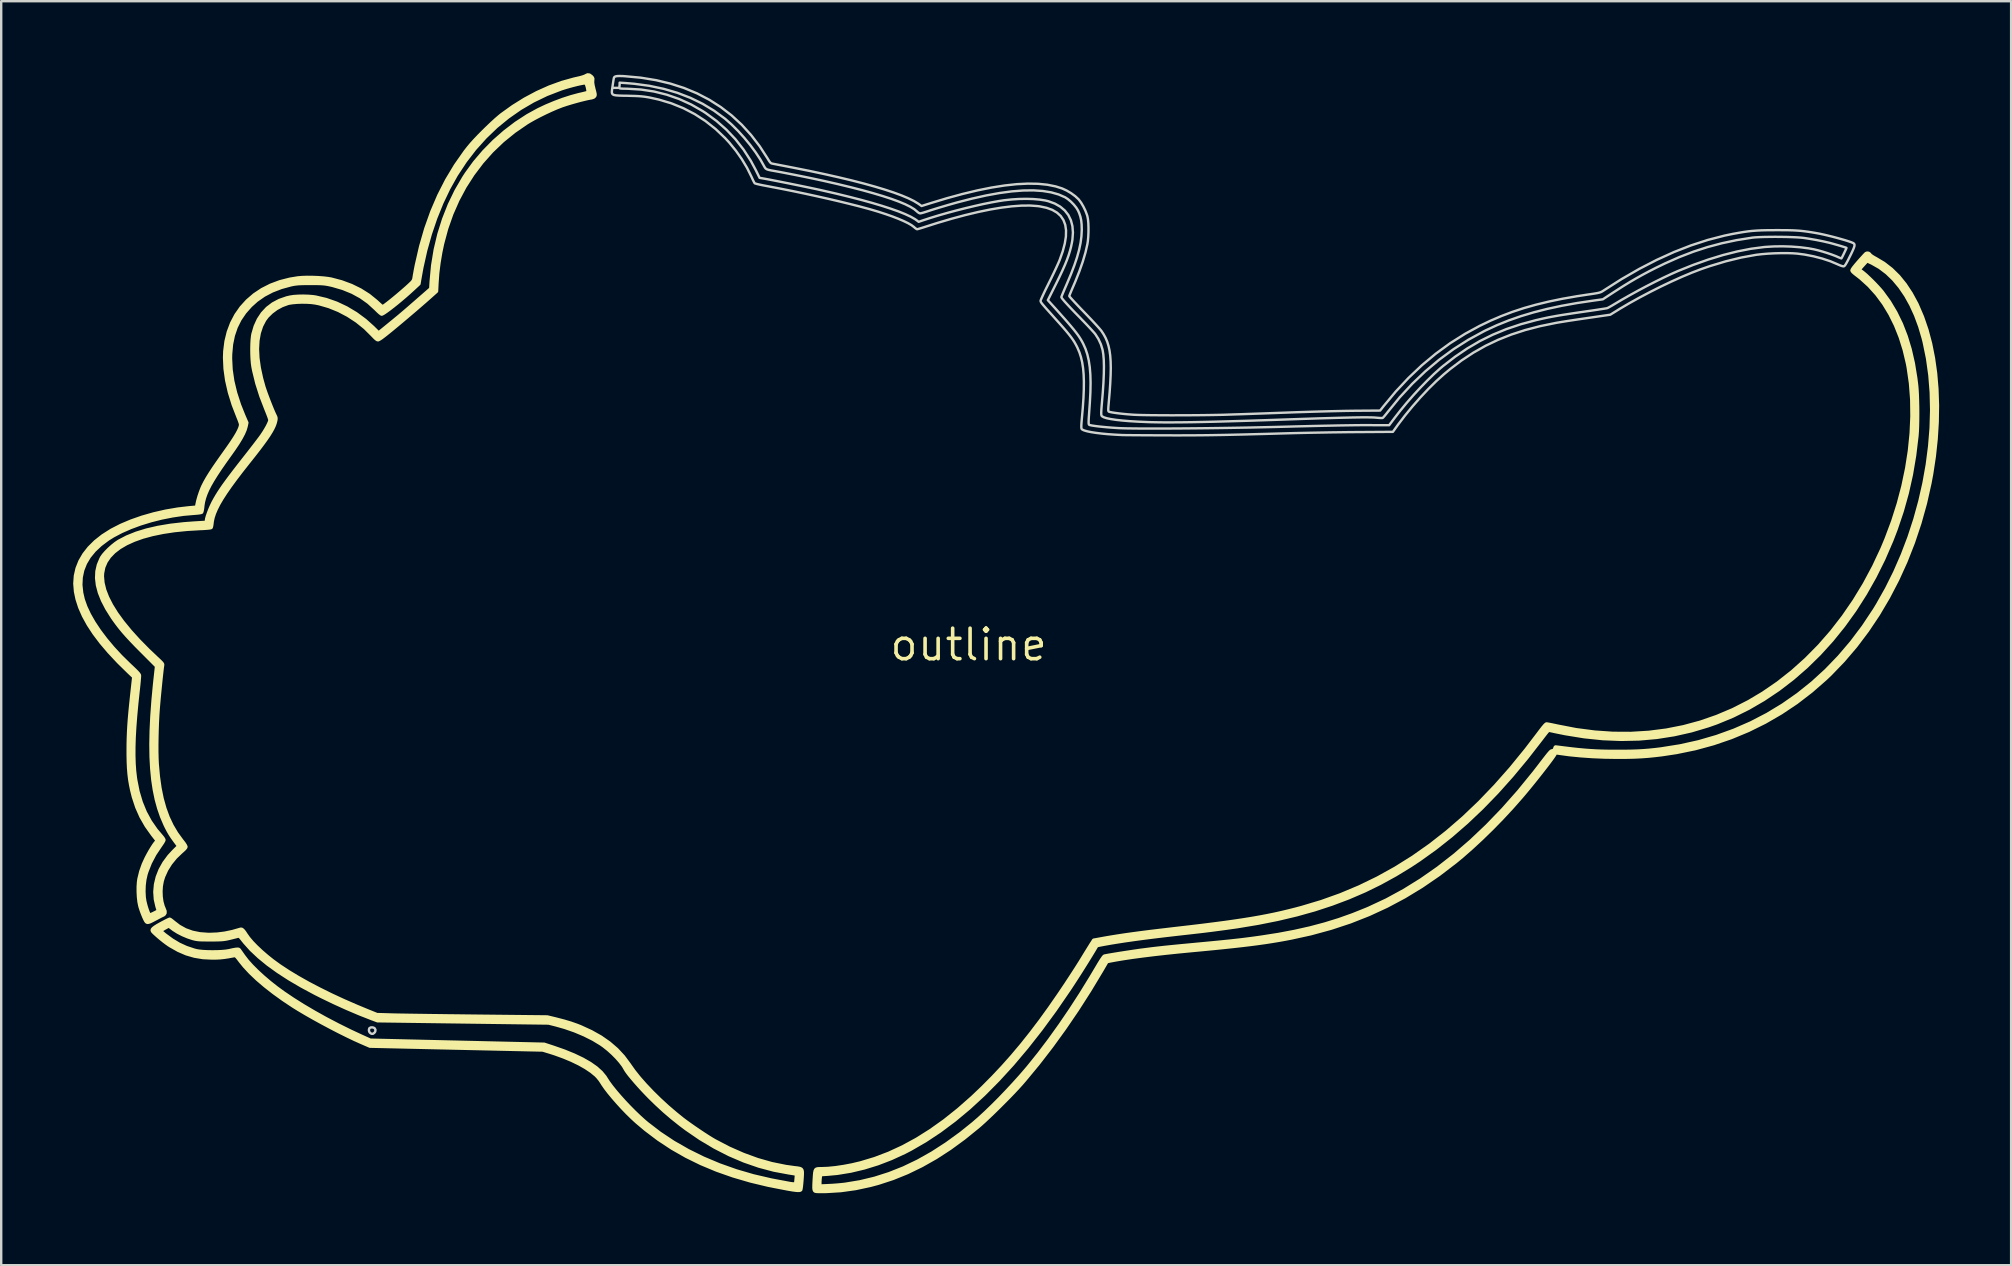
<source format=kicad_pcb>
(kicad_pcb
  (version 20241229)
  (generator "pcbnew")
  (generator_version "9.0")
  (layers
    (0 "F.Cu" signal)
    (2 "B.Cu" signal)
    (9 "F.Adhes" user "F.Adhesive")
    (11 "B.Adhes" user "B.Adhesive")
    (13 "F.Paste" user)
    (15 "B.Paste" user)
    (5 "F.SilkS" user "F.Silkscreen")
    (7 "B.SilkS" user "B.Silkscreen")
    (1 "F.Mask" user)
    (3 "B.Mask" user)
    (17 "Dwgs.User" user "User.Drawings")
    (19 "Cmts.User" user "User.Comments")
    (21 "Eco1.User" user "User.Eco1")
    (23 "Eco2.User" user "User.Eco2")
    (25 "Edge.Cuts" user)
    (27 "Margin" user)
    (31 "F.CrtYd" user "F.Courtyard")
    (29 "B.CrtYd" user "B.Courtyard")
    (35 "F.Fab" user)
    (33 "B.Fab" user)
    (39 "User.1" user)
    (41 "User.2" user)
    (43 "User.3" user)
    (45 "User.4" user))
  (footprint "outline"
    (layer "F.Cu")
    (at 37.315 23.818)
    (property "Reference" "outline" (at 0 0 0) (layer "F.SilkS") (effects (font (size 1.27 1.27) (thickness 0.15))))
    (attr through_hole)
    (fp_poly (pts (xy -6.91 22.036) (xy -6.916 22.17) (xy -6.926 22.316) (xy -6.938 22.452) (xy -6.95 22.57) (xy -6.963 22.661) (xy -6.975 22.716) (xy -6.98 22.727) (xy -7.01 22.747) (xy -7.052 22.758) (xy -7.114 22.76) (xy -7.199 22.754) (xy -7.199 22.113) (xy -7.201 22.081) (xy -7.201 22.08) (xy -7.229 22.073) (xy -7.296 22.06) (xy -7.393 22.045) (xy -7.489 22.03) (xy -8.118 21.913) (xy -8.746 21.746) (xy -9.369 21.53) (xy -9.987 21.266) (xy -10.597 20.954) (xy -11.197 20.596) (xy -11.785 20.193) (xy -12.029 20.009) (xy -12.376 19.732) (xy -12.704 19.452) (xy -13.027 19.154) (xy -13.31 18.878) (xy -13.459 18.725) (xy -13.611 18.564) (xy -13.761 18.4) (xy -13.903 18.239) (xy -14.033 18.087) (xy -14.146 17.95) (xy -14.235 17.834) (xy -14.297 17.744) (xy -14.319 17.707) (xy -14.405 17.56) (xy -14.528 17.397) (xy -14.678 17.225) (xy -14.849 17.052) (xy -15.032 16.887) (xy -15.219 16.738) (xy -15.332 16.658) (xy -15.66 16.459) (xy -16.027 16.275) (xy -16.424 16.108) (xy -16.839 15.964) (xy -17.2 15.862) (xy -17.505 15.785) (xy -21.072 15.738) (xy -24.639 15.69) (xy -24.878 15.601) (xy -25.388 15.401) (xy -25.922 15.174) (xy -26.464 14.928) (xy -27.002 14.668) (xy -27.243 14.546) (xy -27.809 14.242) (xy -28.328 13.938) (xy -28.798 13.633) (xy -29.219 13.329) (xy -29.591 13.024) (xy -29.914 12.721) (xy -30.186 12.418) (xy -30.281 12.298) (xy -30.344 12.219) (xy -30.388 12.176) (xy -30.424 12.162) (xy -30.445 12.165) (xy -30.49 12.177) (xy -30.573 12.198) (xy -30.68 12.225) (xy -30.777 12.249) (xy -30.877 12.272) (xy -30.964 12.289) (xy -31.049 12.301) (xy -31.143 12.309) (xy -31.255 12.314) (xy -31.397 12.317) (xy -31.579 12.318) (xy -31.591 12.318) (xy -31.776 12.317) (xy -31.919 12.316) (xy -32.03 12.312) (xy -32.119 12.305) (xy -32.195 12.294) (xy -32.268 12.279) (xy -32.341 12.26) (xy -32.547 12.192) (xy -32.761 12.102) (xy -32.964 11.998) (xy -33.138 11.889) (xy -33.173 11.863) (xy -33.332 11.743) (xy -33.485 11.827) (xy -33.561 11.871) (xy -33.616 11.906) (xy -33.638 11.926) (xy -33.638 11.926) (xy -33.619 11.948) (xy -33.57 11.992) (xy -33.5 12.051) (xy -33.479 12.069) (xy -33.184 12.286) (xy -32.893 12.461) (xy -32.593 12.599) (xy -32.274 12.705) (xy -32.189 12.728) (xy -32.067 12.75) (xy -31.907 12.766) (xy -31.722 12.775) (xy -31.522 12.779) (xy -31.321 12.776) (xy -31.13 12.768) (xy -30.963 12.753) (xy -30.83 12.732) (xy -30.816 12.729) (xy -30.657 12.693) (xy -30.541 12.673) (xy -30.46 12.667) (xy -30.41 12.675) (xy -30.387 12.691) (xy -30.361 12.725) (xy -30.313 12.791) (xy -30.252 12.878) (xy -30.199 12.954) (xy -30.05 13.148) (xy -29.861 13.36) (xy -29.638 13.584) (xy -29.388 13.814) (xy -29.116 14.046) (xy -28.827 14.274) (xy -28.54 14.484) (xy -28.152 14.746) (xy -27.724 15.016) (xy -27.263 15.288) (xy -26.778 15.558) (xy -26.277 15.821) (xy -25.769 16.073) (xy -25.302 16.291) (xy -24.93 16.459) (xy -21.307 16.544) (xy -17.683 16.628) (xy -17.302 16.753) (xy -16.842 16.914) (xy -16.433 17.081) (xy -16.073 17.253) (xy -15.764 17.43) (xy -15.504 17.613) (xy -15.295 17.801) (xy -15.136 17.994) (xy -15.09 18.068) (xy -14.992 18.219) (xy -14.861 18.397) (xy -14.703 18.594) (xy -14.523 18.804) (xy -14.327 19.022) (xy -14.121 19.24) (xy -13.911 19.452) (xy -13.702 19.652) (xy -13.501 19.834) (xy -13.386 19.931) (xy -12.856 20.338) (xy -12.287 20.716) (xy -11.682 21.062) (xy -11.044 21.377) (xy -10.377 21.658) (xy -9.683 21.904) (xy -8.967 22.113) (xy -8.231 22.284) (xy -7.958 22.336) (xy -7.818 22.362) (xy -7.687 22.386) (xy -7.578 22.407) (xy -7.503 22.421) (xy -7.488 22.424) (xy -7.399 22.439) (xy -7.316 22.448) (xy -7.307 22.448) (xy -7.227 22.451) (xy -7.21 22.27) (xy -7.202 22.18) (xy -7.199 22.113) (xy -7.199 22.754) (xy -7.204 22.753) (xy -7.327 22.737) (xy -7.492 22.71) (xy -7.526 22.704) (xy -8.33 22.549) (xy -9.094 22.366) (xy -9.819 22.154) (xy -10.508 21.912) (xy -11.162 21.639) (xy -11.783 21.334) (xy -12.375 20.996) (xy -12.939 20.624) (xy -13.477 20.217) (xy -13.854 19.899) (xy -14.046 19.722) (xy -14.246 19.526) (xy -14.447 19.317) (xy -14.643 19.102) (xy -14.829 18.889) (xy -14.998 18.685) (xy -15.144 18.496) (xy -15.26 18.329) (xy -15.306 18.255) (xy -15.378 18.147) (xy -15.469 18.035) (xy -15.542 17.958) (xy -15.734 17.799) (xy -15.971 17.64) (xy -16.247 17.484) (xy -16.558 17.334) (xy -16.898 17.192) (xy -17.261 17.061) (xy -17.456 16.999) (xy -17.748 16.91) (xy -21.351 16.83) (xy -24.955 16.749) (xy -25.311 16.595) (xy -25.599 16.466) (xy -25.918 16.313) (xy -26.26 16.143) (xy -26.613 15.96) (xy -26.969 15.77) (xy -27.316 15.579) (xy -27.644 15.392) (xy -27.945 15.213) (xy -28.159 15.08) (xy -28.578 14.801) (xy -28.971 14.518) (xy -29.333 14.235) (xy -29.662 13.954) (xy -29.952 13.678) (xy -30.2 13.411) (xy -30.372 13.198) (xy -30.448 13.097) (xy -30.502 13.031) (xy -30.541 12.993) (xy -30.572 12.976) (xy -30.604 12.975) (xy -30.624 12.979) (xy -30.842 13.02) (xy -31.029 13.048) (xy -31.204 13.066) (xy -31.383 13.074) (xy -31.528 13.075) (xy -31.91 13.056) (xy -32.268 12.997) (xy -32.611 12.897) (xy -32.947 12.752) (xy -33.284 12.561) (xy -33.35 12.518) (xy -33.444 12.452) (xy -33.554 12.369) (xy -33.669 12.277) (xy -33.782 12.182) (xy -33.883 12.093) (xy -33.965 12.017) (xy -34.018 11.96) (xy -34.028 11.946) (xy -34.044 11.902) (xy -34.035 11.857) (xy -33.994 11.808) (xy -33.92 11.75) (xy -33.807 11.679) (xy -33.663 11.599) (xy -33.543 11.535) (xy -33.437 11.48) (xy -33.354 11.44) (xy -33.303 11.419) (xy -33.293 11.416) (xy -33.257 11.432) (xy -33.198 11.474) (xy -33.127 11.532) (xy -33.126 11.534) (xy -32.886 11.718) (xy -32.627 11.861) (xy -32.344 11.963) (xy -32.035 12.026) (xy -31.695 12.051) (xy -31.628 12.052) (xy -31.314 12.039) (xy -31.003 12) (xy -30.682 11.933) (xy -30.34 11.835) (xy -30.288 11.837) (xy -30.231 11.876) (xy -30.164 11.956) (xy -30.099 12.055) (xy -29.992 12.207) (xy -29.846 12.38) (xy -29.666 12.566) (xy -29.457 12.763) (xy -29.224 12.964) (xy -29.001 13.143) (xy -28.693 13.367) (xy -28.339 13.6) (xy -27.944 13.839) (xy -27.513 14.082) (xy -27.049 14.325) (xy -26.557 14.569) (xy -26.04 14.809) (xy -25.504 15.043) (xy -25.019 15.244) (xy -24.65 15.392) (xy -24.027 15.41) (xy -23.918 15.413) (xy -23.762 15.416) (xy -23.563 15.419) (xy -23.326 15.423) (xy -23.055 15.427) (xy -22.754 15.431) (xy -22.426 15.436) (xy -22.077 15.44) (xy -21.71 15.445) (xy -21.33 15.449) (xy -20.94 15.454) (xy -20.544 15.458) (xy -20.48 15.459) (xy -17.556 15.49) (xy -17.2 15.576) (xy -16.868 15.662) (xy -16.573 15.75) (xy -16.304 15.845) (xy -16.16 15.902) (xy -15.718 16.105) (xy -15.319 16.329) (xy -14.964 16.576) (xy -14.648 16.848) (xy -14.37 17.147) (xy -14.127 17.474) (xy -14.118 17.488) (xy -13.932 17.75) (xy -13.708 18.031) (xy -13.449 18.325) (xy -13.163 18.626) (xy -12.854 18.93) (xy -12.528 19.23) (xy -12.189 19.52) (xy -11.912 19.744) (xy -11.773 19.849) (xy -11.605 19.97) (xy -11.418 20.101) (xy -11.221 20.235) (xy -11.026 20.365) (xy -10.842 20.484) (xy -10.679 20.585) (xy -10.564 20.652) (xy -9.976 20.959) (xy -9.384 21.22) (xy -8.792 21.436) (xy -8.202 21.604) (xy -7.618 21.723) (xy -7.25 21.774) (xy -7.127 21.788) (xy -7.036 21.805) (xy -6.973 21.831) (xy -6.934 21.873) (xy -6.914 21.939) (xy -6.91 22.036)) (stroke (width 0.1) (type solid)) (fill yes) (layer "F.SilkS"))
    (fp_poly (pts (xy 40.394 -9.978) (xy 40.383 -9.281) (xy 40.339 -8.57) (xy 40.262 -7.846) (xy 40.151 -7.114) (xy 40.113 -6.913) (xy 40.113 -9.779) (xy 40.096 -10.513) (xy 40.039 -11.231) (xy 39.942 -11.929) (xy 39.804 -12.602) (xy 39.764 -12.761) (xy 39.618 -13.258) (xy 39.446 -13.723) (xy 39.25 -14.152) (xy 39.031 -14.544) (xy 38.79 -14.898) (xy 38.529 -15.211) (xy 38.25 -15.48) (xy 37.952 -15.706) (xy 37.638 -15.884) (xy 37.613 -15.896) (xy 37.445 -15.975) (xy 37.297 -15.812) (xy 37.23 -15.738) (xy 37.179 -15.678) (xy 37.151 -15.642) (xy 37.148 -15.637) (xy 37.166 -15.616) (xy 37.214 -15.579) (xy 37.242 -15.56) (xy 37.315 -15.503) (xy 37.415 -15.417) (xy 37.531 -15.308) (xy 37.658 -15.185) (xy 37.785 -15.056) (xy 37.905 -14.929) (xy 38.01 -14.812) (xy 38.086 -14.722) (xy 38.388 -14.306) (xy 38.655 -13.858) (xy 38.889 -13.378) (xy 39.088 -12.865) (xy 39.255 -12.316) (xy 39.389 -11.73) (xy 39.49 -11.107) (xy 39.527 -10.806) (xy 39.542 -10.627) (xy 39.554 -10.409) (xy 39.562 -10.163) (xy 39.568 -9.9) (xy 39.57 -9.632) (xy 39.568 -9.368) (xy 39.563 -9.121) (xy 39.554 -8.902) (xy 39.541 -8.721) (xy 39.54 -8.708) (xy 39.441 -7.882) (xy 39.307 -7.087) (xy 39.134 -6.314) (xy 38.922 -5.556) (xy 38.669 -4.806) (xy 38.488 -4.335) (xy 38.154 -3.563) (xy 37.785 -2.821) (xy 37.383 -2.109) (xy 36.95 -1.43) (xy 36.486 -0.785) (xy 35.994 -0.175) (xy 35.474 0.398) (xy 34.928 0.933) (xy 34.357 1.429) (xy 33.763 1.885) (xy 33.146 2.298) (xy 32.509 2.668) (xy 31.853 2.993) (xy 31.178 3.272) (xy 30.828 3.395) (xy 30.122 3.606) (xy 29.406 3.767) (xy 28.68 3.881) (xy 27.942 3.946) (xy 27.192 3.963) (xy 26.429 3.932) (xy 25.652 3.852) (xy 24.86 3.724) (xy 24.435 3.638) (xy 24.33 3.615) (xy 24.244 3.597) (xy 24.188 3.587) (xy 24.175 3.585) (xy 24.154 3.604) (xy 24.108 3.658) (xy 24.043 3.74) (xy 23.963 3.843) (xy 23.884 3.947) (xy 23.271 4.736) (xy 22.656 5.476) (xy 22.036 6.169) (xy 21.409 6.815) (xy 20.774 7.418) (xy 20.129 7.978) (xy 19.472 8.498) (xy 18.801 8.979) (xy 18.422 9.23) (xy 17.802 9.608) (xy 17.169 9.956) (xy 16.518 10.275) (xy 15.847 10.564) (xy 15.152 10.826) (xy 14.43 11.063) (xy 13.676 11.274) (xy 12.888 11.461) (xy 12.062 11.626) (xy 11.194 11.77) (xy 10.717 11.837) (xy 10.5 11.866) (xy 10.311 11.891) (xy 10.139 11.914) (xy 9.974 11.934) (xy 9.807 11.955) (xy 9.627 11.976) (xy 9.425 11.999) (xy 9.19 12.026) (xy 8.962 12.051) (xy 8.532 12.1) (xy 8.145 12.145) (xy 7.795 12.187) (xy 7.473 12.227) (xy 7.173 12.266) (xy 6.888 12.305) (xy 6.609 12.345) (xy 6.517 12.358) (xy 6.336 12.386) (xy 6.152 12.415) (xy 5.971 12.444) (xy 5.801 12.474) (xy 5.648 12.501) (xy 5.521 12.525) (xy 5.425 12.544) (xy 5.368 12.558) (xy 5.355 12.564) (xy 5.34 12.588) (xy 5.304 12.647) (xy 5.255 12.73) (xy 5.212 12.802) (xy 5.098 12.99) (xy 4.962 13.21) (xy 4.811 13.452) (xy 4.652 13.703) (xy 4.49 13.955) (xy 4.333 14.196) (xy 4.213 14.378) (xy 3.626 15.233) (xy 3.036 16.038) (xy 2.442 16.794) (xy 1.846 17.5) (xy 1.246 18.156) (xy 0.644 18.763) (xy 0.04 19.319) (xy -0.567 19.825) (xy -1.177 20.281) (xy -1.788 20.686) (xy -2.402 21.041) (xy -2.659 21.174) (xy -3.213 21.429) (xy -3.777 21.646) (xy -4.346 21.822) (xy -4.912 21.956) (xy -5.47 22.047) (xy -5.868 22.084) (xy -6.147 22.102) (xy -6.163 22.193) (xy -6.172 22.278) (xy -6.178 22.377) (xy -6.178 22.41) (xy -6.178 22.535) (xy -5.816 22.519) (xy -5.649 22.51) (xy -5.466 22.496) (xy -5.29 22.48) (xy -5.149 22.464) (xy -4.53 22.362) (xy -3.92 22.215) (xy -3.316 22.022) (xy -2.718 21.784) (xy -2.122 21.498) (xy -1.529 21.164) (xy -0.936 20.781) (xy -0.342 20.35) (xy 0.165 19.943) (xy 0.413 19.728) (xy 0.685 19.478) (xy 0.972 19.201) (xy 1.27 18.903) (xy 1.57 18.59) (xy 1.866 18.271) (xy 2.153 17.952) (xy 2.422 17.639) (xy 2.491 17.556) (xy 2.918 17.025) (xy 3.352 16.451) (xy 3.79 15.84) (xy 4.228 15.198) (xy 4.66 14.531) (xy 5.082 13.846) (xy 5.314 13.456) (xy 5.421 13.275) (xy 5.507 13.137) (xy 5.573 13.039) (xy 5.621 12.979) (xy 5.652 12.954) (xy 5.654 12.954) (xy 5.723 12.94) (xy 5.834 12.92) (xy 5.979 12.895) (xy 6.149 12.867) (xy 6.336 12.837) (xy 6.532 12.807) (xy 6.728 12.777) (xy 6.916 12.749) (xy 7.088 12.724) (xy 7.234 12.704) (xy 7.247 12.703) (xy 7.439 12.678) (xy 7.62 12.655) (xy 7.797 12.634) (xy 7.976 12.614) (xy 8.166 12.593) (xy 8.373 12.572) (xy 8.605 12.549) (xy 8.868 12.523) (xy 9.169 12.495) (xy 9.42 12.471) (xy 9.793 12.436) (xy 10.121 12.405) (xy 10.411 12.377) (xy 10.667 12.351) (xy 10.896 12.328) (xy 11.103 12.305) (xy 11.294 12.284) (xy 11.476 12.262) (xy 11.654 12.239) (xy 11.833 12.216) (xy 12.02 12.19) (xy 12.204 12.164) (xy 12.917 12.052) (xy 13.587 11.925) (xy 14.224 11.782) (xy 14.833 11.62) (xy 15.423 11.438) (xy 16.001 11.232) (xy 16.574 11.002) (xy 16.679 10.957) (xy 17.41 10.615) (xy 18.132 10.222) (xy 18.844 9.78) (xy 19.547 9.289) (xy 20.239 8.749) (xy 20.921 8.16) (xy 21.593 7.522) (xy 22.253 6.837) (xy 22.902 6.104) (xy 23.539 5.323) (xy 23.731 5.076) (xy 23.869 4.895) (xy 23.981 4.75) (xy 24.069 4.637) (xy 24.136 4.553) (xy 24.188 4.492) (xy 24.226 4.45) (xy 24.255 4.424) (xy 24.279 4.41) (xy 24.301 4.402) (xy 24.321 4.398) (xy 24.379 4.376) (xy 24.406 4.326) (xy 24.409 4.309) (xy 24.431 4.253) (xy 24.46 4.238) (xy 24.817 4.283) (xy 25.133 4.321) (xy 25.417 4.352) (xy 25.677 4.376) (xy 25.923 4.394) (xy 26.163 4.408) (xy 26.406 4.417) (xy 26.661 4.422) (xy 26.937 4.424) (xy 27.024 4.424) (xy 27.349 4.423) (xy 27.634 4.418) (xy 27.892 4.409) (xy 28.133 4.395) (xy 28.369 4.376) (xy 28.612 4.351) (xy 28.858 4.321) (xy 29.649 4.195) (xy 30.419 4.024) (xy 31.167 3.806) (xy 31.891 3.544) (xy 32.592 3.238) (xy 33.268 2.887) (xy 33.919 2.493) (xy 34.545 2.055) (xy 35.144 1.575) (xy 35.716 1.053) (xy 36.26 0.489) (xy 36.776 -0.117) (xy 37.263 -0.763) (xy 37.72 -1.45) (xy 37.855 -1.671) (xy 38.234 -2.342) (xy 38.58 -3.037) (xy 38.892 -3.752) (xy 39.171 -4.485) (xy 39.415 -5.232) (xy 39.623 -5.987) (xy 39.796 -6.749) (xy 39.932 -7.513) (xy 40.03 -8.275) (xy 40.091 -9.031) (xy 40.113 -9.779) (xy 40.113 -6.913) (xy 40.081 -6.738) (xy 39.891 -5.891) (xy 39.659 -5.06) (xy 39.388 -4.25) (xy 39.078 -3.461) (xy 38.73 -2.696) (xy 38.346 -1.959) (xy 37.927 -1.25) (xy 37.474 -0.574) (xy 36.99 0.069) (xy 36.474 0.674) (xy 35.929 1.24) (xy 35.728 1.432) (xy 35.134 1.951) (xy 34.515 2.427) (xy 33.87 2.858) (xy 33.2 3.246) (xy 32.506 3.589) (xy 31.789 3.887) (xy 31.05 4.14) (xy 30.29 4.348) (xy 29.508 4.509) (xy 28.896 4.602) (xy 28.596 4.637) (xy 28.318 4.665) (xy 28.046 4.685) (xy 27.769 4.699) (xy 27.472 4.707) (xy 27.142 4.71) (xy 27.027 4.71) (xy 26.509 4.702) (xy 25.996 4.681) (xy 25.499 4.646) (xy 25.029 4.6) (xy 24.597 4.541) (xy 24.56 4.535) (xy 24.491 4.529) (xy 24.462 4.541) (xy 24.459 4.552) (xy 24.444 4.587) (xy 24.399 4.656) (xy 24.329 4.756) (xy 24.237 4.881) (xy 24.126 5.028) (xy 24 5.191) (xy 23.863 5.367) (xy 23.717 5.551) (xy 23.567 5.739) (xy 23.416 5.925) (xy 23.267 6.106) (xy 23.124 6.277) (xy 23.041 6.374) (xy 22.654 6.813) (xy 22.246 7.252) (xy 21.827 7.681) (xy 21.403 8.094) (xy 20.983 8.483) (xy 20.575 8.841) (xy 20.302 9.066) (xy 19.607 9.598) (xy 18.901 10.082) (xy 18.182 10.519) (xy 17.447 10.911) (xy 16.691 11.26) (xy 15.913 11.567) (xy 15.108 11.833) (xy 14.273 12.061) (xy 13.463 12.239) (xy 13.197 12.29) (xy 12.93 12.338) (xy 12.657 12.383) (xy 12.373 12.427) (xy 12.074 12.469) (xy 11.754 12.511) (xy 11.41 12.552) (xy 11.037 12.594) (xy 10.63 12.637) (xy 10.185 12.682) (xy 9.697 12.729) (xy 9.331 12.763) (xy 8.761 12.818) (xy 8.224 12.874) (xy 7.724 12.93) (xy 7.263 12.987) (xy 6.843 13.043) (xy 6.467 13.099) (xy 6.137 13.154) (xy 5.908 13.197) (xy 5.778 13.224) (xy 5.568 13.585) (xy 5.07 14.412) (xy 4.552 15.221) (xy 4.017 16.006) (xy 3.47 16.761) (xy 2.915 17.479) (xy 2.357 18.153) (xy 2.236 18.294) (xy 2.09 18.456) (xy 1.915 18.644) (xy 1.719 18.848) (xy 1.508 19.062) (xy 1.291 19.279) (xy 1.074 19.492) (xy 0.865 19.692) (xy 0.672 19.873) (xy 0.501 20.027) (xy 0.422 20.095) (xy -0.171 20.576) (xy -0.762 21.008) (xy -1.353 21.391) (xy -1.946 21.726) (xy -2.543 22.016) (xy -3.146 22.26) (xy -3.757 22.46) (xy -4.088 22.549) (xy -4.708 22.682) (xy -5.32 22.767) (xy -5.921 22.804) (xy -6.082 22.806) (xy -6.216 22.806) (xy -6.308 22.804) (xy -6.368 22.798) (xy -6.405 22.787) (xy -6.427 22.77) (xy -6.442 22.749) (xy -6.455 22.718) (xy -6.463 22.672) (xy -6.466 22.602) (xy -6.464 22.5) (xy -6.457 22.359) (xy -6.454 22.299) (xy -6.443 22.131) (xy -6.432 22.008) (xy -6.415 21.921) (xy -6.389 21.866) (xy -6.348 21.834) (xy -6.289 21.819) (xy -6.208 21.815) (xy -6.143 21.815) (xy -5.863 21.804) (xy -5.549 21.773) (xy -5.213 21.723) (xy -4.868 21.658) (xy -4.526 21.577) (xy -4.513 21.574) (xy -3.921 21.396) (xy -3.334 21.173) (xy -2.752 20.904) (xy -2.173 20.589) (xy -1.596 20.226) (xy -1.02 19.816) (xy -0.443 19.356) (xy 0.135 18.847) (xy 0.569 18.434) (xy 0.991 18.008) (xy 1.398 17.576) (xy 1.793 17.132) (xy 2.182 16.67) (xy 2.568 16.186) (xy 2.957 15.674) (xy 3.352 15.128) (xy 3.757 14.543) (xy 4.005 14.175) (xy 4.132 13.982) (xy 4.265 13.779) (xy 4.397 13.575) (xy 4.521 13.382) (xy 4.63 13.209) (xy 4.718 13.066) (xy 4.729 13.048) (xy 4.818 12.902) (xy 4.906 12.759) (xy 4.986 12.63) (xy 5.052 12.524) (xy 5.097 12.451) (xy 5.098 12.451) (xy 5.199 12.293) (xy 5.505 12.237) (xy 5.75 12.193) (xy 6.001 12.151) (xy 6.265 12.109) (xy 6.545 12.067) (xy 6.848 12.025) (xy 7.177 11.981) (xy 7.538 11.935) (xy 7.937 11.887) (xy 8.378 11.835) (xy 8.695 11.798) (xy 9.257 11.733) (xy 9.773 11.671) (xy 10.246 11.611) (xy 10.681 11.554) (xy 11.083 11.497) (xy 11.456 11.441) (xy 11.804 11.385) (xy 12.131 11.328) (xy 12.442 11.269) (xy 12.741 11.208) (xy 13.033 11.143) (xy 13.321 11.074) (xy 13.61 11.001) (xy 13.867 10.933) (xy 14.689 10.687) (xy 15.49 10.401) (xy 16.271 10.073) (xy 17.034 9.703) (xy 17.778 9.29) (xy 18.506 8.834) (xy 19.218 8.333) (xy 19.916 7.787) (xy 20.6 7.195) (xy 21.271 6.556) (xy 21.93 5.87) (xy 22.579 5.136) (xy 23.218 4.352) (xy 23.731 3.68) (xy 23.842 3.532) (xy 23.928 3.423) (xy 23.993 3.347) (xy 24.04 3.301) (xy 24.073 3.281) (xy 24.082 3.28) (xy 24.125 3.285) (xy 24.208 3.3) (xy 24.32 3.322) (xy 24.452 3.35) (xy 24.533 3.368) (xy 25.314 3.519) (xy 26.086 3.62) (xy 26.848 3.673) (xy 27.6 3.677) (xy 28.34 3.632) (xy 29.068 3.539) (xy 29.784 3.398) (xy 30.484 3.209) (xy 31.17 2.971) (xy 31.841 2.687) (xy 32.494 2.354) (xy 33.091 1.999) (xy 33.712 1.572) (xy 34.309 1.102) (xy 34.881 0.589) (xy 35.426 0.037) (xy 35.943 -0.554) (xy 36.429 -1.181) (xy 36.885 -1.844) (xy 37.308 -2.539) (xy 37.697 -3.265) (xy 38.051 -4.021) (xy 38.219 -4.424) (xy 38.491 -5.151) (xy 38.724 -5.884) (xy 38.918 -6.62) (xy 39.072 -7.356) (xy 39.186 -8.087) (xy 39.259 -8.809) (xy 39.291 -9.52) (xy 39.282 -10.216) (xy 39.231 -10.893) (xy 39.137 -11.547) (xy 39.104 -11.721) (xy 38.972 -12.279) (xy 38.806 -12.808) (xy 38.608 -13.306) (xy 38.377 -13.771) (xy 38.116 -14.202) (xy 37.825 -14.595) (xy 37.506 -14.949) (xy 37.16 -15.263) (xy 37.023 -15.37) (xy 36.914 -15.454) (xy 36.842 -15.517) (xy 36.803 -15.564) (xy 36.791 -15.6) (xy 36.791 -15.602) (xy 36.809 -15.649) (xy 36.863 -15.729) (xy 36.953 -15.841) (xy 37.066 -15.973) (xy 37.162 -16.081) (xy 37.249 -16.177) (xy 37.319 -16.254) (xy 37.368 -16.304) (xy 37.384 -16.32) (xy 37.444 -16.341) (xy 37.511 -16.331) (xy 37.563 -16.293) (xy 37.574 -16.274) (xy 37.603 -16.243) (xy 37.667 -16.197) (xy 37.756 -16.144) (xy 37.813 -16.113) (xy 38.155 -15.909) (xy 38.474 -15.661) (xy 38.771 -15.369) (xy 39.045 -15.031) (xy 39.298 -14.648) (xy 39.53 -14.22) (xy 39.551 -14.175) (xy 39.768 -13.67) (xy 39.954 -13.128) (xy 40.107 -12.553) (xy 40.227 -11.947) (xy 40.316 -11.314) (xy 40.371 -10.657) (xy 40.394 -9.978)) (stroke (width 0.1) (type solid)) (fill yes) (layer "F.SilkS"))
    (fp_poly (pts (xy -15.546 -22.915) (xy -15.552 -22.88) (xy -15.568 -22.849) (xy -15.569 -22.847) (xy -15.619 -22.802) (xy -15.701 -22.774) (xy -15.731 -22.769) (xy -15.847 -22.748) (xy -15.879 -22.741) (xy -15.879 -23.068) (xy -15.887 -23.134) (xy -15.905 -23.22) (xy -15.905 -23.222) (xy -15.931 -23.315) (xy -15.954 -23.367) (xy -15.98 -23.389) (xy -15.999 -23.391) (xy -16.069 -23.384) (xy -16.177 -23.363) (xy -16.314 -23.332) (xy -16.47 -23.293) (xy -16.635 -23.248) (xy -16.8 -23.2) (xy -16.954 -23.151) (xy -16.992 -23.138) (xy -17.575 -22.913) (xy -18.136 -22.642) (xy -18.674 -22.327) (xy -19.187 -21.969) (xy -19.674 -21.57) (xy -20.132 -21.13) (xy -20.561 -20.652) (xy -20.958 -20.136) (xy -21.323 -19.583) (xy -21.335 -19.565) (xy -21.647 -19.007) (xy -21.933 -18.409) (xy -22.189 -17.777) (xy -22.414 -17.114) (xy -22.608 -16.425) (xy -22.767 -15.715) (xy -22.857 -15.213) (xy -22.887 -15.031) (xy -23.145 -14.792) (xy -23.309 -14.643) (xy -23.479 -14.494) (xy -23.65 -14.349) (xy -23.818 -14.21) (xy -23.976 -14.084) (xy -24.121 -13.972) (xy -24.247 -13.88) (xy -24.35 -13.81) (xy -24.425 -13.767) (xy -24.462 -13.755) (xy -24.496 -13.773) (xy -24.557 -13.82) (xy -24.635 -13.891) (xy -24.723 -13.978) (xy -24.727 -13.982) (xy -25.019 -14.249) (xy -25.341 -14.479) (xy -25.695 -14.672) (xy -26.083 -14.83) (xy -26.507 -14.954) (xy -26.62 -14.98) (xy -26.719 -15) (xy -26.811 -15.015) (xy -26.906 -15.025) (xy -27.014 -15.032) (xy -27.147 -15.035) (xy -27.314 -15.037) (xy -27.434 -15.037) (xy -27.628 -15.036) (xy -27.782 -15.033) (xy -27.905 -15.028) (xy -28.007 -15.019) (xy -28.099 -15.007) (xy -28.189 -14.99) (xy -28.227 -14.982) (xy -28.638 -14.87) (xy -29.012 -14.726) (xy -29.351 -14.548) (xy -29.657 -14.335) (xy -29.903 -14.114) (xy -30.147 -13.839) (xy -30.348 -13.544) (xy -30.506 -13.227) (xy -30.623 -12.884) (xy -30.699 -12.515) (xy -30.735 -12.115) (xy -30.739 -11.928) (xy -30.716 -11.468) (xy -30.647 -10.995) (xy -30.53 -10.507) (xy -30.367 -10.004) (xy -30.192 -9.566) (xy -30.057 -9.254) (xy -30.092 -9.088) (xy -30.133 -8.948) (xy -30.203 -8.785) (xy -30.303 -8.597) (xy -30.434 -8.381) (xy -30.599 -8.135) (xy -30.744 -7.93) (xy -30.973 -7.609) (xy -31.172 -7.322) (xy -31.341 -7.066) (xy -31.484 -6.836) (xy -31.602 -6.63) (xy -31.697 -6.442) (xy -31.771 -6.269) (xy -31.827 -6.107) (xy -31.867 -5.952) (xy -31.892 -5.801) (xy -31.898 -5.738) (xy -31.911 -5.639) (xy -31.928 -5.559) (xy -31.945 -5.511) (xy -31.949 -5.507) (xy -31.99 -5.49) (xy -32.076 -5.475) (xy -32.2 -5.463) (xy -32.269 -5.458) (xy -32.717 -5.419) (xy -33.172 -5.352) (xy -33.626 -5.262) (xy -34.073 -5.149) (xy -34.505 -5.016) (xy -34.914 -4.865) (xy -35.293 -4.699) (xy -35.635 -4.519) (xy -35.85 -4.386) (xy -36.158 -4.155) (xy -36.417 -3.912) (xy -36.627 -3.656) (xy -36.788 -3.386) (xy -36.9 -3.102) (xy -36.963 -2.805) (xy -36.978 -2.493) (xy -36.943 -2.168) (xy -36.879 -1.891) (xy -36.772 -1.59) (xy -36.623 -1.271) (xy -36.432 -0.937) (xy -36.203 -0.593) (xy -35.938 -0.242) (xy -35.641 0.113) (xy -35.313 0.468) (xy -34.956 0.818) (xy -34.892 0.878) (xy -34.756 1.007) (xy -34.656 1.106) (xy -34.587 1.181) (xy -34.548 1.235) (xy -34.533 1.272) (xy -34.533 1.272) (xy -34.533 1.317) (xy -34.539 1.403) (xy -34.549 1.524) (xy -34.563 1.67) (xy -34.58 1.834) (xy -34.589 1.91) (xy -34.648 2.465) (xy -34.695 2.975) (xy -34.731 3.441) (xy -34.755 3.869) (xy -34.767 4.261) (xy -34.768 4.62) (xy -34.758 4.951) (xy -34.737 5.256) (xy -34.704 5.539) (xy -34.691 5.627) (xy -34.596 6.108) (xy -34.463 6.555) (xy -34.294 6.969) (xy -34.086 7.352) (xy -33.839 7.707) (xy -33.632 7.95) (xy -33.571 8.024) (xy -33.528 8.09) (xy -33.511 8.134) (xy -33.511 8.134) (xy -33.525 8.177) (xy -33.564 8.247) (xy -33.622 8.334) (xy -33.66 8.389) (xy -33.895 8.74) (xy -34.084 9.098) (xy -34.231 9.473) (xy -34.263 9.577) (xy -34.311 9.791) (xy -34.34 10.032) (xy -34.348 10.282) (xy -34.336 10.521) (xy -34.312 10.679) (xy -34.283 10.801) (xy -34.249 10.925) (xy -34.212 11.04) (xy -34.176 11.137) (xy -34.145 11.206) (xy -34.121 11.237) (xy -34.117 11.238) (xy -34.084 11.227) (xy -34.02 11.199) (xy -33.942 11.161) (xy -33.866 11.122) (xy -33.811 11.092) (xy -33.791 11.079) (xy -33.791 11.079) (xy -33.798 11.053) (xy -33.816 10.993) (xy -33.841 10.914) (xy -33.91 10.609) (xy -33.931 10.298) (xy -33.904 9.986) (xy -33.83 9.676) (xy -33.711 9.372) (xy -33.547 9.078) (xy -33.339 8.796) (xy -33.148 8.589) (xy -32.947 8.39) (xy -33.084 8.206) (xy -33.2 8.045) (xy -33.294 7.902) (xy -33.377 7.759) (xy -33.461 7.597) (xy -33.507 7.501) (xy -33.648 7.173) (xy -33.769 6.824) (xy -33.871 6.452) (xy -33.953 6.053) (xy -34.017 5.626) (xy -34.061 5.167) (xy -34.088 4.676) (xy -34.095 4.15) (xy -34.084 3.586) (xy -34.055 2.981) (xy -34.008 2.335) (xy -33.943 1.644) (xy -33.915 1.385) (xy -33.862 0.901) (xy -34.47 0.291) (xy -34.707 0.053) (xy -34.91 -0.159) (xy -35.087 -0.35) (xy -35.242 -0.526) (xy -35.381 -0.694) (xy -35.51 -0.861) (xy -35.635 -1.033) (xy -35.703 -1.131) (xy -35.93 -1.491) (xy -36.109 -1.835) (xy -36.24 -2.164) (xy -36.323 -2.478) (xy -36.358 -2.777) (xy -36.345 -3.062) (xy -36.284 -3.333) (xy -36.176 -3.591) (xy -36.143 -3.652) (xy -36.07 -3.756) (xy -35.964 -3.877) (xy -35.837 -4.005) (xy -35.699 -4.129) (xy -35.56 -4.24) (xy -35.432 -4.327) (xy -35.427 -4.33) (xy -35.084 -4.509) (xy -34.696 -4.665) (xy -34.264 -4.798) (xy -33.788 -4.908) (xy -33.266 -4.996) (xy -32.699 -5.06) (xy -32.284 -5.091) (xy -31.782 -5.121) (xy -31.782 -5.182) (xy -31.771 -5.255) (xy -31.742 -5.361) (xy -31.697 -5.491) (xy -31.643 -5.634) (xy -31.581 -5.777) (xy -31.518 -5.91) (xy -31.498 -5.95) (xy -31.425 -6.083) (xy -31.348 -6.215) (xy -31.264 -6.35) (xy -31.17 -6.493) (xy -31.063 -6.649) (xy -30.939 -6.82) (xy -30.796 -7.013) (xy -30.631 -7.23) (xy -30.441 -7.476) (xy -30.222 -7.756) (xy -30.146 -7.853) (xy -30.013 -8.022) (xy -29.884 -8.189) (xy -29.762 -8.346) (xy -29.655 -8.487) (xy -29.566 -8.605) (xy -29.501 -8.693) (xy -29.483 -8.718) (xy -29.396 -8.847) (xy -29.314 -8.981) (xy -29.242 -9.108) (xy -29.186 -9.221) (xy -29.149 -9.31) (xy -29.138 -9.362) (xy -29.147 -9.404) (xy -29.173 -9.482) (xy -29.213 -9.589) (xy -29.262 -9.713) (xy -29.292 -9.787) (xy -29.509 -10.349) (xy -29.681 -10.89) (xy -29.809 -11.413) (xy -29.84 -11.569) (xy -29.862 -11.722) (xy -29.877 -11.907) (xy -29.886 -12.111) (xy -29.888 -12.322) (xy -29.884 -12.527) (xy -29.874 -12.714) (xy -29.857 -12.871) (xy -29.843 -12.949) (xy -29.748 -13.274) (xy -29.616 -13.564) (xy -29.448 -13.819) (xy -29.244 -14.038) (xy -29.005 -14.22) (xy -28.732 -14.365) (xy -28.425 -14.472) (xy -28.284 -14.505) (xy -28.128 -14.529) (xy -27.938 -14.542) (xy -27.731 -14.546) (xy -27.522 -14.54) (xy -27.328 -14.525) (xy -27.205 -14.507) (xy -26.767 -14.404) (xy -26.336 -14.253) (xy -25.918 -14.056) (xy -25.516 -13.816) (xy -25.137 -13.536) (xy -24.813 -13.246) (xy -24.585 -13.022) (xy -24.147 -13.379) (xy -24.004 -13.496) (xy -23.882 -13.597) (xy -23.772 -13.687) (xy -23.67 -13.773) (xy -23.566 -13.861) (xy -23.456 -13.955) (xy -23.331 -14.063) (xy -23.186 -14.19) (xy -23.012 -14.341) (xy -22.906 -14.434) (xy -22.433 -14.847) (xy -22.416 -15.14) (xy -22.354 -15.809) (xy -22.246 -16.468) (xy -22.093 -17.113) (xy -21.896 -17.74) (xy -21.657 -18.346) (xy -21.376 -18.928) (xy -21.054 -19.481) (xy -20.948 -19.644) (xy -20.605 -20.116) (xy -20.221 -20.567) (xy -19.802 -20.993) (xy -19.353 -21.388) (xy -18.882 -21.748) (xy -18.392 -22.067) (xy -17.95 -22.31) (xy -17.619 -22.467) (xy -17.27 -22.613) (xy -16.917 -22.745) (xy -16.574 -22.856) (xy -16.253 -22.943) (xy -16.171 -22.961) (xy -16.059 -22.987) (xy -15.967 -23.01) (xy -15.904 -23.028) (xy -15.883 -23.036) (xy -15.879 -23.068) (xy -15.879 -22.741) (xy -16 -22.713) (xy -16.178 -22.669) (xy -16.369 -22.617) (xy -16.562 -22.562) (xy -16.745 -22.506) (xy -16.906 -22.453) (xy -16.946 -22.439) (xy -17.147 -22.361) (xy -17.376 -22.262) (xy -17.621 -22.148) (xy -17.866 -22.027) (xy -18.1 -21.904) (xy -18.306 -21.787) (xy -18.403 -21.728) (xy -18.92 -21.372) (xy -19.403 -20.98) (xy -19.851 -20.552) (xy -20.262 -20.09) (xy -20.636 -19.596) (xy -20.972 -19.073) (xy -21.267 -18.521) (xy -21.522 -17.941) (xy -21.734 -17.337) (xy -21.903 -16.71) (xy -21.979 -16.349) (xy -22.053 -15.908) (xy -22.105 -15.491) (xy -22.135 -15.08) (xy -22.136 -15.07) (xy -22.153 -14.721) (xy -22.461 -14.446) (xy -22.641 -14.287) (xy -22.852 -14.104) (xy -23.082 -13.905) (xy -23.324 -13.7) (xy -23.566 -13.495) (xy -23.799 -13.3) (xy -24.014 -13.122) (xy -24.167 -12.997) (xy -24.323 -12.873) (xy -24.444 -12.781) (xy -24.533 -12.722) (xy -24.592 -12.692) (xy -24.613 -12.687) (xy -24.654 -12.698) (xy -24.707 -12.734) (xy -24.777 -12.8) (xy -24.864 -12.891) (xy -25.17 -13.195) (xy -25.51 -13.469) (xy -25.877 -13.709) (xy -26.263 -13.912) (xy -26.662 -14.074) (xy -27.067 -14.191) (xy -27.236 -14.225) (xy -27.396 -14.246) (xy -27.582 -14.257) (xy -27.781 -14.26) (xy -27.978 -14.253) (xy -28.158 -14.238) (xy -28.309 -14.216) (xy -28.362 -14.203) (xy -28.6 -14.116) (xy -28.828 -13.993) (xy -29.035 -13.839) (xy -29.212 -13.665) (xy -29.317 -13.525) (xy -29.448 -13.274) (xy -29.542 -12.989) (xy -29.598 -12.673) (xy -29.617 -12.325) (xy -29.598 -11.947) (xy -29.541 -11.54) (xy -29.447 -11.105) (xy -29.35 -10.755) (xy -29.312 -10.641) (xy -29.262 -10.496) (xy -29.201 -10.332) (xy -29.135 -10.159) (xy -29.068 -9.988) (xy -29.004 -9.831) (xy -28.948 -9.698) (xy -28.903 -9.6) (xy -28.897 -9.588) (xy -28.859 -9.507) (xy -28.843 -9.447) (xy -28.846 -9.384) (xy -28.857 -9.323) (xy -28.883 -9.223) (xy -28.922 -9.117) (xy -28.977 -9) (xy -29.049 -8.87) (xy -29.141 -8.722) (xy -29.255 -8.554) (xy -29.394 -8.362) (xy -29.559 -8.142) (xy -29.753 -7.892) (xy -29.979 -7.607) (xy -29.999 -7.582) (xy -30.284 -7.22) (xy -30.535 -6.891) (xy -30.754 -6.592) (xy -30.941 -6.322) (xy -31.099 -6.077) (xy -31.229 -5.855) (xy -31.332 -5.652) (xy -31.411 -5.468) (xy -31.467 -5.297) (xy -31.501 -5.139) (xy -31.511 -5.052) (xy -31.523 -4.966) (xy -31.539 -4.898) (xy -31.551 -4.871) (xy -31.582 -4.857) (xy -31.653 -4.845) (xy -31.767 -4.835) (xy -31.926 -4.825) (xy -32.016 -4.822) (xy -32.57 -4.789) (xy -33.088 -4.737) (xy -33.567 -4.665) (xy -34.008 -4.574) (xy -34.409 -4.465) (xy -34.769 -4.337) (xy -35.088 -4.192) (xy -35.364 -4.031) (xy -35.597 -3.852) (xy -35.785 -3.657) (xy -35.928 -3.447) (xy -36.024 -3.222) (xy -36.072 -2.981) (xy -36.079 -2.854) (xy -36.055 -2.581) (xy -35.984 -2.29) (xy -35.865 -1.983) (xy -35.699 -1.658) (xy -35.487 -1.317) (xy -35.227 -0.96) (xy -34.921 -0.586) (xy -34.569 -0.197) (xy -34.17 0.208) (xy -33.819 0.541) (xy -33.715 0.638) (xy -33.643 0.708) (xy -33.598 0.759) (xy -33.574 0.796) (xy -33.567 0.828) (xy -33.569 0.862) (xy -33.571 0.869) (xy -33.58 0.935) (xy -33.594 1.044) (xy -33.61 1.188) (xy -33.629 1.36) (xy -33.649 1.552) (xy -33.669 1.756) (xy -33.69 1.966) (xy -33.71 2.172) (xy -33.728 2.369) (xy -33.743 2.547) (xy -33.752 2.657) (xy -33.772 2.942) (xy -33.788 3.248) (xy -33.799 3.565) (xy -33.807 3.883) (xy -33.811 4.191) (xy -33.81 4.48) (xy -33.804 4.739) (xy -33.794 4.958) (xy -33.793 4.971) (xy -33.746 5.492) (xy -33.679 5.97) (xy -33.59 6.408) (xy -33.477 6.811) (xy -33.341 7.182) (xy -33.179 7.525) (xy -32.99 7.844) (xy -32.773 8.143) (xy -32.744 8.179) (xy -32.672 8.273) (xy -32.621 8.354) (xy -32.597 8.411) (xy -32.595 8.42) (xy -32.609 8.462) (xy -32.654 8.519) (xy -32.735 8.596) (xy -32.799 8.652) (xy -33.034 8.877) (xy -33.237 9.126) (xy -33.404 9.392) (xy -33.529 9.667) (xy -33.586 9.85) (xy -33.624 10.055) (xy -33.638 10.274) (xy -33.63 10.495) (xy -33.601 10.705) (xy -33.551 10.888) (xy -33.511 10.984) (xy -33.468 11.097) (xy -33.467 11.185) (xy -33.506 11.247) (xy -33.548 11.279) (xy -33.568 11.289) (xy -33.595 11.3) (xy -33.658 11.331) (xy -33.747 11.378) (xy -33.854 11.435) (xy -33.867 11.441) (xy -33.999 11.511) (xy -34.096 11.558) (xy -34.165 11.583) (xy -34.214 11.59) (xy -34.251 11.58) (xy -34.278 11.562) (xy -34.31 11.52) (xy -34.352 11.439) (xy -34.401 11.331) (xy -34.451 11.206) (xy -34.499 11.075) (xy -34.54 10.948) (xy -34.556 10.891) (xy -34.591 10.72) (xy -34.614 10.516) (xy -34.625 10.296) (xy -34.625 10.078) (xy -34.611 9.877) (xy -34.594 9.758) (xy -34.518 9.445) (xy -34.41 9.14) (xy -34.294 8.887) (xy -34.214 8.735) (xy -34.129 8.583) (xy -34.044 8.443) (xy -33.967 8.325) (xy -33.903 8.239) (xy -33.888 8.222) (xy -33.838 8.167) (xy -34.027 7.925) (xy -34.288 7.558) (xy -34.506 7.177) (xy -34.684 6.776) (xy -34.825 6.347) (xy -34.894 6.072) (xy -34.941 5.843) (xy -34.979 5.62) (xy -35.006 5.392) (xy -35.026 5.15) (xy -35.038 4.883) (xy -35.044 4.581) (xy -35.044 4.411) (xy -35.043 4.151) (xy -35.037 3.899) (xy -35.027 3.647) (xy -35.013 3.387) (xy -34.993 3.11) (xy -34.967 2.81) (xy -34.934 2.477) (xy -34.895 2.104) (xy -34.884 2.003) (xy -34.812 1.349) (xy -35.019 1.153) (xy -35.45 0.73) (xy -35.833 0.321) (xy -36.169 -0.074) (xy -36.459 -0.458) (xy -36.703 -0.83) (xy -36.903 -1.194) (xy -37.059 -1.548) (xy -37.171 -1.895) (xy -37.238 -2.216) (xy -37.265 -2.551) (xy -37.242 -2.875) (xy -37.171 -3.188) (xy -37.051 -3.49) (xy -36.884 -3.778) (xy -36.67 -4.052) (xy -36.41 -4.31) (xy -36.105 -4.552) (xy -35.755 -4.775) (xy -35.723 -4.794) (xy -35.335 -4.993) (xy -34.906 -5.174) (xy -34.446 -5.335) (xy -33.961 -5.473) (xy -33.461 -5.587) (xy -32.954 -5.673) (xy -32.526 -5.723) (xy -32.189 -5.754) (xy -32.175 -5.845) (xy -32.141 -6.004) (xy -32.089 -6.189) (xy -32.025 -6.379) (xy -31.956 -6.555) (xy -31.924 -6.625) (xy -31.845 -6.78) (xy -31.748 -6.952) (xy -31.628 -7.146) (xy -31.485 -7.365) (xy -31.314 -7.614) (xy -31.114 -7.897) (xy -31.072 -7.956) (xy -30.885 -8.219) (xy -30.729 -8.445) (xy -30.603 -8.638) (xy -30.505 -8.801) (xy -30.434 -8.936) (xy -30.386 -9.047) (xy -30.362 -9.135) (xy -30.358 -9.181) (xy -30.368 -9.225) (xy -30.394 -9.303) (xy -30.431 -9.402) (xy -30.46 -9.471) (xy -30.665 -10) (xy -30.824 -10.515) (xy -30.938 -11.014) (xy -31.005 -11.497) (xy -31.026 -11.962) (xy -31.017 -12.23) (xy -30.965 -12.647) (xy -30.869 -13.041) (xy -30.73 -13.41) (xy -30.551 -13.752) (xy -30.332 -14.065) (xy -30.075 -14.348) (xy -29.783 -14.6) (xy -29.456 -14.818) (xy -29.096 -15) (xy -28.706 -15.146) (xy -28.286 -15.253) (xy -27.955 -15.307) (xy -27.779 -15.322) (xy -27.569 -15.329) (xy -27.341 -15.327) (xy -27.109 -15.318) (xy -26.887 -15.302) (xy -26.69 -15.279) (xy -26.557 -15.256) (xy -26.123 -15.141) (xy -25.713 -14.989) (xy -25.332 -14.802) (xy -24.983 -14.581) (xy -24.672 -14.329) (xy -24.641 -14.301) (xy -24.558 -14.224) (xy -24.488 -14.162) (xy -24.439 -14.122) (xy -24.421 -14.111) (xy -24.389 -14.127) (xy -24.325 -14.172) (xy -24.234 -14.241) (xy -24.122 -14.329) (xy -23.994 -14.432) (xy -23.858 -14.545) (xy -23.718 -14.663) (xy -23.58 -14.782) (xy -23.45 -14.896) (xy -23.334 -15.001) (xy -23.3 -15.033) (xy -23.222 -15.108) (xy -23.173 -15.165) (xy -23.146 -15.217) (xy -23.131 -15.278) (xy -23.126 -15.312) (xy -23.115 -15.386) (xy -23.095 -15.496) (xy -23.071 -15.629) (xy -23.043 -15.774) (xy -23.032 -15.827) (xy -22.853 -16.606) (xy -22.638 -17.35) (xy -22.385 -18.06) (xy -22.095 -18.735) (xy -21.768 -19.376) (xy -21.403 -19.984) (xy -21.001 -20.557) (xy -20.859 -20.739) (xy -20.745 -20.875) (xy -20.6 -21.036) (xy -20.433 -21.212) (xy -20.252 -21.395) (xy -20.065 -21.578) (xy -19.882 -21.752) (xy -19.709 -21.91) (xy -19.556 -22.041) (xy -19.476 -22.106) (xy -19.001 -22.447) (xy -18.507 -22.755) (xy -17.999 -23.026) (xy -17.483 -23.258) (xy -16.965 -23.447) (xy -16.452 -23.59) (xy -16.31 -23.622) (xy -16.191 -23.65) (xy -16.085 -23.68) (xy -16.005 -23.708) (xy -15.97 -23.727) (xy -15.884 -23.768) (xy -15.798 -23.759) (xy -15.711 -23.699) (xy -15.708 -23.695) (xy -15.659 -23.639) (xy -15.641 -23.589) (xy -15.646 -23.52) (xy -15.647 -23.515) (xy -15.65 -23.434) (xy -15.635 -23.324) (xy -15.601 -23.178) (xy -15.597 -23.16) (xy -15.567 -23.044) (xy -15.55 -22.966) (xy -15.546 -22.915)) (stroke (width 0.1) (type solid)) (fill yes) (layer "F.SilkS"))
    (fp_poly (pts (xy -24.717 16.048) (xy -24.728 16.121) (xy -24.764 16.171) (xy -24.823 16.214) (xy -24.88 16.213) (xy -24.937 16.182) (xy -24.98 16.126) (xy -24.993 16.053) (xy -24.975 15.987) (xy -24.963 15.972) (xy -24.906 15.946) (xy -24.832 15.946) (xy -24.766 15.971) (xy -24.753 15.982) (xy -24.717 16.048)) (stroke (width 0.1) (type solid)) (fill no) (layer "Edge.Cuts"))
    (fp_poly (pts (xy 36.918 -16.661) (xy 36.912 -16.608) (xy 36.888 -16.533) (xy 36.844 -16.429) (xy 36.779 -16.291) (xy 36.73 -16.193) (xy 36.653 -16.039) (xy 36.594 -15.927) (xy 36.582 -15.908) (xy 36.582 -16.539) (xy 36.554 -16.551) (xy 36.486 -16.573) (xy 36.39 -16.603) (xy 36.276 -16.637) (xy 36.154 -16.672) (xy 36.034 -16.706) (xy 35.927 -16.735) (xy 35.863 -16.752) (xy 35.61 -16.81) (xy 35.325 -16.867) (xy 35.026 -16.919) (xy 34.82 -16.951) (xy 34.691 -16.965) (xy 34.521 -16.977) (xy 34.318 -16.986) (xy 34.093 -16.993) (xy 33.854 -16.997) (xy 33.61 -16.999) (xy 33.371 -16.997) (xy 33.146 -16.993) (xy 32.944 -16.986) (xy 32.775 -16.976) (xy 32.647 -16.964) (xy 32.646 -16.963) (xy 32.006 -16.861) (xy 31.393 -16.732) (xy 30.797 -16.573) (xy 30.209 -16.382) (xy 29.619 -16.155) (xy 29.018 -15.889) (xy 28.642 -15.707) (xy 28.35 -15.558) (xy 28.081 -15.415) (xy 27.823 -15.271) (xy 27.563 -15.119) (xy 27.292 -14.953) (xy 26.998 -14.765) (xy 26.849 -14.669) (xy 26.43 -14.395) (xy 26.036 -14.341) (xy 25.351 -14.239) (xy 24.711 -14.124) (xy 24.111 -13.995) (xy 23.546 -13.851) (xy 23.011 -13.691) (xy 22.503 -13.513) (xy 22.015 -13.316) (xy 21.543 -13.098) (xy 21.466 -13.059) (xy 20.826 -12.71) (xy 20.206 -12.316) (xy 19.608 -11.877) (xy 19.034 -11.395) (xy 18.486 -10.873) (xy 17.967 -10.312) (xy 17.478 -9.714) (xy 17.401 -9.617) (xy 17.334 -9.535) (xy 17.283 -9.477) (xy 17.255 -9.451) (xy 17.254 -9.45) (xy 17.217 -9.448) (xy 17.142 -9.45) (xy 17.043 -9.457) (xy 16.983 -9.463) (xy 16.909 -9.469) (xy 16.812 -9.473) (xy 16.693 -9.475) (xy 16.547 -9.476) (xy 16.374 -9.476) (xy 16.171 -9.473) (xy 15.935 -9.469) (xy 15.664 -9.463) (xy 15.357 -9.455) (xy 15.01 -9.445) (xy 14.622 -9.434) (xy 14.191 -9.42) (xy 13.714 -9.404) (xy 13.189 -9.386) (xy 13.043 -9.381) (xy 12.378 -9.358) (xy 11.762 -9.338) (xy 11.192 -9.321) (xy 10.667 -9.306) (xy 10.183 -9.293) (xy 9.738 -9.283) (xy 9.331 -9.275) (xy 8.96 -9.27) (xy 8.621 -9.267) (xy 8.313 -9.266) (xy 8.033 -9.267) (xy 7.78 -9.271) (xy 7.55 -9.276) (xy 7.468 -9.279) (xy 7.069 -9.296) (xy 6.713 -9.317) (xy 6.403 -9.343) (xy 6.138 -9.372) (xy 5.92 -9.405) (xy 5.75 -9.441) (xy 5.628 -9.481) (xy 5.555 -9.525) (xy 5.538 -9.548) (xy 5.528 -9.592) (xy 5.526 -9.669) (xy 5.531 -9.785) (xy 5.543 -9.945) (xy 5.552 -10.047) (xy 5.591 -10.506) (xy 5.618 -10.917) (xy 5.634 -11.28) (xy 5.639 -11.598) (xy 5.632 -11.87) (xy 5.613 -12.1) (xy 5.583 -12.287) (xy 5.582 -12.291) (xy 5.512 -12.52) (xy 5.406 -12.747) (xy 5.282 -12.941) (xy 5.237 -12.996) (xy 5.161 -13.081) (xy 5.061 -13.19) (xy 4.943 -13.316) (xy 4.812 -13.453) (xy 4.675 -13.594) (xy 4.667 -13.603) (xy 4.443 -13.832) (xy 4.256 -14.027) (xy 4.106 -14.188) (xy 3.992 -14.314) (xy 3.914 -14.407) (xy 3.873 -14.466) (xy 3.865 -14.486) (xy 3.874 -14.516) (xy 3.902 -14.586) (xy 3.944 -14.688) (xy 3.998 -14.816) (xy 4.061 -14.962) (xy 4.095 -15.04) (xy 4.265 -15.444) (xy 4.406 -15.812) (xy 4.519 -16.149) (xy 4.605 -16.459) (xy 4.665 -16.747) (xy 4.701 -17.018) (xy 4.714 -17.276) (xy 4.715 -17.302) (xy 4.709 -17.513) (xy 4.691 -17.688) (xy 4.657 -17.843) (xy 4.605 -17.993) (xy 4.558 -18.098) (xy 4.486 -18.215) (xy 4.382 -18.343) (xy 4.26 -18.467) (xy 4.132 -18.574) (xy 4.023 -18.645) (xy 3.752 -18.764) (xy 3.44 -18.852) (xy 3.088 -18.909) (xy 2.697 -18.935) (xy 2.265 -18.929) (xy 1.794 -18.892) (xy 1.282 -18.823) (xy 0.731 -18.723) (xy 0.14 -18.591) (xy -0.491 -18.429) (xy -0.875 -18.32) (xy -1.056 -18.266) (xy -1.239 -18.212) (xy -1.411 -18.159) (xy -1.562 -18.112) (xy -1.678 -18.074) (xy -1.702 -18.066) (xy -1.816 -18.029) (xy -1.915 -17.999) (xy -1.99 -17.981) (xy -2.022 -17.976) (xy -2.072 -17.993) (xy -2.133 -18.037) (xy -2.15 -18.054) (xy -2.265 -18.15) (xy -2.43 -18.251) (xy -2.644 -18.357) (xy -2.907 -18.466) (xy -3.218 -18.58) (xy -3.577 -18.697) (xy -3.982 -18.818) (xy -4.433 -18.943) (xy -4.93 -19.07) (xy -5.472 -19.201) (xy -6.026 -19.327) (xy -6.252 -19.376) (xy -6.505 -19.43) (xy -6.774 -19.486) (xy -7.05 -19.542) (xy -7.321 -19.596) (xy -7.578 -19.646) (xy -7.811 -19.691) (xy -8.01 -19.727) (xy -8.098 -19.743) (xy -8.239 -19.768) (xy -8.339 -19.79) (xy -8.407 -19.813) (xy -8.454 -19.842) (xy -8.487 -19.881) (xy -8.518 -19.934) (xy -8.52 -19.939) (xy -8.68 -20.222) (xy -8.877 -20.521) (xy -9.102 -20.825) (xy -9.349 -21.125) (xy -9.608 -21.411) (xy -9.872 -21.674) (xy -10.133 -21.905) (xy -10.157 -21.925) (xy -10.607 -22.254) (xy -11.086 -22.543) (xy -11.595 -22.791) (xy -12.135 -22.999) (xy -12.705 -23.165) (xy -13.305 -23.292) (xy -13.937 -23.377) (xy -14.283 -23.406) (xy -14.543 -23.423) (xy -14.544 -23.35) (xy -14.549 -23.277) (xy -14.558 -23.226) (xy -14.561 -23.206) (xy -14.552 -23.192) (xy -14.525 -23.183) (xy -14.471 -23.177) (xy -14.384 -23.173) (xy -14.256 -23.171) (xy -14.208 -23.17) (xy -13.653 -23.136) (xy -13.109 -23.054) (xy -12.579 -22.922) (xy -12.063 -22.742) (xy -11.563 -22.514) (xy -11.08 -22.238) (xy -10.958 -22.159) (xy -10.509 -21.83) (xy -10.095 -21.465) (xy -9.717 -21.066) (xy -9.378 -20.633) (xy -9.079 -20.169) (xy -8.874 -19.788) (xy -8.711 -19.457) (xy -8.532 -19.426) (xy -8.39 -19.4) (xy -8.206 -19.365) (xy -7.99 -19.323) (xy -7.749 -19.275) (xy -7.492 -19.224) (xy -7.227 -19.17) (xy -6.963 -19.116) (xy -6.708 -19.063) (xy -6.471 -19.013) (xy -6.26 -18.968) (xy -6.089 -18.93) (xy -5.51 -18.797) (xy -4.97 -18.665) (xy -4.472 -18.537) (xy -4.017 -18.411) (xy -3.605 -18.288) (xy -3.238 -18.169) (xy -2.916 -18.055) (xy -2.641 -17.944) (xy -2.414 -17.838) (xy -2.236 -17.737) (xy -2.166 -17.688) (xy -2.081 -17.624) (xy -1.899 -17.687) (xy -1.585 -17.789) (xy -1.242 -17.894) (xy -0.878 -17.998) (xy -0.502 -18.099) (xy -0.123 -18.195) (xy 0.251 -18.284) (xy 0.61 -18.365) (xy 0.947 -18.433) (xy 1.252 -18.488) (xy 1.475 -18.522) (xy 1.785 -18.556) (xy 2.098 -18.576) (xy 2.404 -18.582) (xy 2.695 -18.573) (xy 2.961 -18.55) (xy 3.193 -18.514) (xy 3.322 -18.483) (xy 3.591 -18.385) (xy 3.82 -18.255) (xy 4.009 -18.095) (xy 4.156 -17.906) (xy 4.262 -17.688) (xy 4.326 -17.444) (xy 4.347 -17.173) (xy 4.325 -16.877) (xy 4.308 -16.777) (xy 4.271 -16.595) (xy 4.224 -16.415) (xy 4.167 -16.23) (xy 4.096 -16.033) (xy 4.009 -15.819) (xy 3.903 -15.581) (xy 3.777 -15.313) (xy 3.627 -15.008) (xy 3.611 -14.977) (xy 3.302 -14.359) (xy 3.362 -14.292) (xy 3.604 -14.025) (xy 3.813 -13.791) (xy 3.994 -13.588) (xy 4.148 -13.411) (xy 4.279 -13.257) (xy 4.389 -13.124) (xy 4.482 -13.006) (xy 4.56 -12.901) (xy 4.625 -12.805) (xy 4.682 -12.714) (xy 4.732 -12.626) (xy 4.776 -12.542) (xy 4.871 -12.33) (xy 4.947 -12.099) (xy 5.006 -11.847) (xy 5.048 -11.568) (xy 5.073 -11.258) (xy 5.082 -10.914) (xy 5.075 -10.53) (xy 5.053 -10.104) (xy 5.045 -9.992) (xy 5.029 -9.767) (xy 5.017 -9.586) (xy 5.007 -9.447) (xy 5.002 -9.342) (xy 5.001 -9.266) (xy 5.003 -9.216) (xy 5.01 -9.184) (xy 5.022 -9.167) (xy 5.038 -9.158) (xy 5.059 -9.153) (xy 5.072 -9.149) (xy 5.149 -9.134) (xy 5.268 -9.116) (xy 5.419 -9.097) (xy 5.594 -9.079) (xy 5.783 -9.061) (xy 5.978 -9.046) (xy 6.169 -9.033) (xy 6.267 -9.027) (xy 6.424 -9.021) (xy 6.627 -9.016) (xy 6.873 -9.013) (xy 7.158 -9.01) (xy 7.479 -9.009) (xy 7.832 -9.009) (xy 8.212 -9.01) (xy 8.615 -9.012) (xy 9.039 -9.015) (xy 9.478 -9.019) (xy 9.93 -9.024) (xy 10.39 -9.03) (xy 10.855 -9.037) (xy 11.32 -9.045) (xy 11.781 -9.053) (xy 12.236 -9.063) (xy 12.679 -9.073) (xy 13.108 -9.084) (xy 13.259 -9.088) (xy 13.628 -9.098) (xy 14.001 -9.107) (xy 14.373 -9.116) (xy 14.738 -9.124) (xy 15.09 -9.131) (xy 15.424 -9.138) (xy 15.734 -9.143) (xy 16.013 -9.147) (xy 16.258 -9.15) (xy 16.461 -9.151) (xy 16.575 -9.151) (xy 17.525 -9.148) (xy 17.748 -9.446) (xy 17.993 -9.761) (xy 18.259 -10.083) (xy 18.539 -10.403) (xy 18.826 -10.714) (xy 19.112 -11.008) (xy 19.389 -11.278) (xy 19.652 -11.515) (xy 19.764 -11.609) (xy 20.268 -11.999) (xy 20.779 -12.346) (xy 21.302 -12.653) (xy 21.844 -12.921) (xy 22.41 -13.154) (xy 23.005 -13.354) (xy 23.637 -13.525) (xy 23.913 -13.588) (xy 24.05 -13.618) (xy 24.182 -13.645) (xy 24.316 -13.67) (xy 24.458 -13.696) (xy 24.613 -13.723) (xy 24.789 -13.751) (xy 24.991 -13.782) (xy 25.226 -13.818) (xy 25.499 -13.858) (xy 25.769 -13.897) (xy 25.965 -13.925) (xy 26.147 -13.952) (xy 26.307 -13.977) (xy 26.44 -13.997) (xy 26.539 -14.013) (xy 26.597 -14.023) (xy 26.608 -14.026) (xy 26.65 -14.044) (xy 26.723 -14.084) (xy 26.818 -14.138) (xy 26.9 -14.187) (xy 27.212 -14.372) (xy 27.55 -14.564) (xy 27.902 -14.758) (xy 28.26 -14.948) (xy 28.614 -15.129) (xy 28.955 -15.297) (xy 29.272 -15.446) (xy 29.546 -15.568) (xy 30.193 -15.828) (xy 30.825 -16.052) (xy 31.439 -16.24) (xy 32.032 -16.39) (xy 32.601 -16.501) (xy 33.143 -16.572) (xy 33.18 -16.576) (xy 33.538 -16.598) (xy 33.912 -16.604) (xy 34.289 -16.592) (xy 34.655 -16.564) (xy 34.997 -16.52) (xy 35.228 -16.478) (xy 35.396 -16.437) (xy 35.586 -16.384) (xy 35.783 -16.323) (xy 35.97 -16.259) (xy 36.132 -16.198) (xy 36.203 -16.167) (xy 36.284 -16.132) (xy 36.345 -16.108) (xy 36.372 -16.1) (xy 36.372 -16.1) (xy 36.389 -16.13) (xy 36.421 -16.19) (xy 36.46 -16.27) (xy 36.502 -16.357) (xy 36.54 -16.438) (xy 36.569 -16.502) (xy 36.582 -16.536) (xy 36.582 -16.539) (xy 36.582 -15.908) (xy 36.548 -15.849) (xy 36.513 -15.8) (xy 36.485 -15.775) (xy 36.466 -15.768) (xy 36.417 -15.775) (xy 36.338 -15.8) (xy 36.243 -15.839) (xy 36.212 -15.854) (xy 35.91 -15.981) (xy 35.572 -16.093) (xy 35.211 -16.187) (xy 34.841 -16.259) (xy 34.536 -16.299) (xy 34.34 -16.313) (xy 34.107 -16.32) (xy 33.85 -16.319) (xy 33.583 -16.312) (xy 33.318 -16.298) (xy 33.07 -16.278) (xy 32.851 -16.253) (xy 32.812 -16.248) (xy 32.19 -16.134) (xy 31.548 -15.977) (xy 30.889 -15.778) (xy 30.515 -15.649) (xy 30.136 -15.504) (xy 29.727 -15.333) (xy 29.295 -15.139) (xy 28.851 -14.928) (xy 28.404 -14.703) (xy 27.962 -14.47) (xy 27.535 -14.233) (xy 27.132 -13.996) (xy 26.979 -13.901) (xy 26.74 -13.753) (xy 25.784 -13.614) (xy 25.551 -13.58) (xy 25.319 -13.546) (xy 25.095 -13.512) (xy 24.889 -13.48) (xy 24.709 -13.451) (xy 24.563 -13.427) (xy 24.472 -13.411) (xy 23.815 -13.276) (xy 23.198 -13.115) (xy 22.617 -12.927) (xy 22.066 -12.708) (xy 21.541 -12.458) (xy 21.036 -12.172) (xy 20.546 -11.85) (xy 20.068 -11.489) (xy 19.802 -11.268) (xy 19.485 -10.982) (xy 19.157 -10.659) (xy 18.826 -10.307) (xy 18.5 -9.936) (xy 18.188 -9.556) (xy 17.898 -9.175) (xy 17.831 -9.082) (xy 17.681 -8.872) (xy 16.207 -8.862) (xy 15.876 -8.86) (xy 15.51 -8.855) (xy 15.121 -8.85) (xy 14.722 -8.843) (xy 14.326 -8.836) (xy 13.945 -8.828) (xy 13.591 -8.82) (xy 13.323 -8.813) (xy 12.804 -8.798) (xy 12.332 -8.785) (xy 11.901 -8.774) (xy 11.507 -8.763) (xy 11.144 -8.755) (xy 10.809 -8.747) (xy 10.496 -8.741) (xy 10.201 -8.736) (xy 9.919 -8.732) (xy 9.645 -8.729) (xy 9.375 -8.727) (xy 9.104 -8.726) (xy 8.826 -8.725) (xy 8.538 -8.725) (xy 8.235 -8.726) (xy 8.2 -8.726) (xy 7.913 -8.727) (xy 7.638 -8.728) (xy 7.377 -8.729) (xy 7.138 -8.731) (xy 6.924 -8.732) (xy 6.741 -8.734) (xy 6.593 -8.735) (xy 6.486 -8.737) (xy 6.424 -8.738) (xy 6.42 -8.738) (xy 6.108 -8.754) (xy 5.817 -8.774) (xy 5.552 -8.799) (xy 5.316 -8.828) (xy 5.113 -8.859) (xy 4.946 -8.893) (xy 4.819 -8.929) (xy 4.737 -8.967) (xy 4.706 -8.996) (xy 4.697 -9.045) (xy 4.697 -9.142) (xy 4.706 -9.285) (xy 4.717 -9.409) (xy 4.757 -9.862) (xy 4.785 -10.27) (xy 4.8 -10.636) (xy 4.803 -10.965) (xy 4.793 -11.26) (xy 4.77 -11.525) (xy 4.733 -11.765) (xy 4.682 -11.983) (xy 4.618 -12.182) (xy 4.539 -12.368) (xy 4.526 -12.395) (xy 4.472 -12.501) (xy 4.415 -12.602) (xy 4.351 -12.703) (xy 4.275 -12.81) (xy 4.184 -12.928) (xy 4.075 -13.062) (xy 3.942 -13.217) (xy 3.781 -13.399) (xy 3.601 -13.6) (xy 3.443 -13.777) (xy 3.315 -13.92) (xy 3.214 -14.033) (xy 3.138 -14.12) (xy 3.082 -14.186) (xy 3.044 -14.234) (xy 3.02 -14.269) (xy 3.007 -14.295) (xy 3.001 -14.314) (xy 3 -14.333) (xy 3 -14.338) (xy 3.011 -14.374) (xy 3.043 -14.448) (xy 3.092 -14.556) (xy 3.155 -14.691) (xy 3.23 -14.846) (xy 3.315 -15.016) (xy 3.342 -15.071) (xy 3.436 -15.26) (xy 3.528 -15.45) (xy 3.615 -15.633) (xy 3.691 -15.798) (xy 3.753 -15.937) (xy 3.797 -16.04) (xy 3.798 -16.045) (xy 3.923 -16.398) (xy 4.008 -16.72) (xy 4.054 -17.01) (xy 4.06 -17.269) (xy 4.027 -17.498) (xy 3.952 -17.697) (xy 3.838 -17.867) (xy 3.682 -18.008) (xy 3.486 -18.122) (xy 3.249 -18.208) (xy 2.97 -18.267) (xy 2.874 -18.28) (xy 2.558 -18.303) (xy 2.2 -18.299) (xy 1.803 -18.27) (xy 1.368 -18.216) (xy 0.898 -18.137) (xy 0.394 -18.033) (xy -0.142 -17.905) (xy -0.707 -17.753) (xy -1.3 -17.578) (xy -1.765 -17.43) (xy -1.893 -17.389) (xy -2.004 -17.355) (xy -2.089 -17.329) (xy -2.14 -17.316) (xy -2.148 -17.315) (xy -2.182 -17.331) (xy -2.237 -17.372) (xy -2.277 -17.408) (xy -2.377 -17.483) (xy -2.523 -17.567) (xy -2.709 -17.657) (xy -2.931 -17.752) (xy -3.184 -17.85) (xy -3.464 -17.948) (xy -3.767 -18.046) (xy -4.087 -18.141) (xy -4.17 -18.164) (xy -4.531 -18.262) (xy -4.934 -18.364) (xy -5.371 -18.471) (xy -5.833 -18.579) (xy -6.313 -18.687) (xy -6.803 -18.794) (xy -7.293 -18.897) (xy -7.777 -18.994) (xy -8.245 -19.084) (xy -8.441 -19.121) (xy -8.587 -19.149) (xy -8.716 -19.176) (xy -8.819 -19.2) (xy -8.889 -19.22) (xy -8.914 -19.231) (xy -8.936 -19.265) (xy -8.972 -19.335) (xy -9.017 -19.43) (xy -9.056 -19.516) (xy -9.234 -19.874) (xy -9.452 -20.237) (xy -9.701 -20.591) (xy -9.974 -20.926) (xy -10.143 -21.11) (xy -10.541 -21.489) (xy -10.965 -21.823) (xy -11.413 -22.113) (xy -11.887 -22.359) (xy -12.385 -22.561) (xy -12.909 -22.718) (xy -13.268 -22.798) (xy -13.396 -22.821) (xy -13.514 -22.839) (xy -13.634 -22.852) (xy -13.766 -22.862) (xy -13.922 -22.869) (xy -14.113 -22.874) (xy -14.205 -22.877) (xy -14.411 -22.88) (xy -14.571 -22.885) (xy -14.691 -22.893) (xy -14.775 -22.908) (xy -14.829 -22.933) (xy -14.859 -22.972) (xy -14.868 -23.029) (xy -14.863 -23.105) (xy -14.849 -23.205) (xy -14.837 -23.283) (xy -14.819 -23.404) (xy -14.803 -23.509) (xy -14.79 -23.586) (xy -14.782 -23.623) (xy -14.762 -23.659) (xy -14.721 -23.683) (xy -14.652 -23.697) (xy -14.548 -23.701) (xy -14.404 -23.697) (xy -14.327 -23.692) (xy -13.665 -23.631) (xy -13.032 -23.528) (xy -12.431 -23.385) (xy -11.859 -23.201) (xy -11.318 -22.977) (xy -10.807 -22.711) (xy -10.327 -22.405) (xy -9.876 -22.058) (xy -9.456 -21.67) (xy -9.066 -21.241) (xy -8.705 -20.771) (xy -8.375 -20.26) (xy -8.367 -20.246) (xy -8.31 -20.154) (xy -8.267 -20.097) (xy -8.228 -20.065) (xy -8.183 -20.049) (xy -8.165 -20.046) (xy -8.118 -20.037) (xy -8.027 -20.02) (xy -7.9 -19.995) (xy -7.745 -19.965) (xy -7.567 -19.931) (xy -7.375 -19.893) (xy -7.297 -19.878) (xy -6.634 -19.746) (xy -6.01 -19.613) (xy -5.424 -19.481) (xy -4.878 -19.351) (xy -4.373 -19.221) (xy -3.912 -19.093) (xy -3.493 -18.967) (xy -3.12 -18.844) (xy -2.792 -18.723) (xy -2.511 -18.605) (xy -2.279 -18.49) (xy -2.096 -18.379) (xy -2.08 -18.368) (xy -1.961 -18.283) (xy -1.597 -18.398) (xy -0.903 -18.608) (xy -0.246 -18.787) (xy 0.373 -18.935) (xy 0.954 -19.052) (xy 1.497 -19.138) (xy 2.001 -19.193) (xy 2.467 -19.216) (xy 2.893 -19.209) (xy 3.28 -19.17) (xy 3.628 -19.1) (xy 3.898 -19.014) (xy 4.087 -18.927) (xy 4.274 -18.816) (xy 4.443 -18.692) (xy 4.58 -18.564) (xy 4.59 -18.553) (xy 4.686 -18.424) (xy 4.781 -18.263) (xy 4.867 -18.086) (xy 4.933 -17.911) (xy 4.951 -17.849) (xy 4.974 -17.725) (xy 4.989 -17.565) (xy 4.995 -17.38) (xy 4.994 -17.185) (xy 4.985 -16.991) (xy 4.968 -16.813) (xy 4.949 -16.692) (xy 4.868 -16.342) (xy 4.755 -15.96) (xy 4.612 -15.553) (xy 4.441 -15.124) (xy 4.362 -14.94) (xy 4.306 -14.81) (xy 4.258 -14.695) (xy 4.221 -14.605) (xy 4.199 -14.546) (xy 4.195 -14.529) (xy 4.212 -14.504) (xy 4.261 -14.447) (xy 4.337 -14.363) (xy 4.437 -14.255) (xy 4.556 -14.129) (xy 4.69 -13.988) (xy 4.808 -13.866) (xy 4.958 -13.71) (xy 5.102 -13.559) (xy 5.233 -13.418) (xy 5.348 -13.293) (xy 5.441 -13.189) (xy 5.506 -13.112) (xy 5.533 -13.079) (xy 5.628 -12.934) (xy 5.709 -12.784) (xy 5.776 -12.625) (xy 5.83 -12.451) (xy 5.872 -12.26) (xy 5.901 -12.047) (xy 5.918 -11.808) (xy 5.924 -11.539) (xy 5.918 -11.237) (xy 5.902 -10.897) (xy 5.876 -10.515) (xy 5.839 -10.087) (xy 5.838 -10.073) (xy 5.826 -9.935) (xy 5.82 -9.839) (xy 5.819 -9.777) (xy 5.825 -9.74) (xy 5.836 -9.721) (xy 5.848 -9.712) (xy 5.898 -9.697) (xy 5.99 -9.679) (xy 6.117 -9.66) (xy 6.269 -9.64) (xy 6.439 -9.621) (xy 6.619 -9.604) (xy 6.8 -9.59) (xy 6.852 -9.586) (xy 6.979 -9.58) (xy 7.15 -9.574) (xy 7.36 -9.57) (xy 7.604 -9.566) (xy 7.875 -9.564) (xy 8.168 -9.562) (xy 8.477 -9.561) (xy 8.795 -9.562) (xy 9.117 -9.563) (xy 9.438 -9.565) (xy 9.75 -9.568) (xy 10.05 -9.572) (xy 10.329 -9.577) (xy 10.584 -9.582) (xy 10.717 -9.586) (xy 10.892 -9.592) (xy 11.111 -9.599) (xy 11.367 -9.607) (xy 11.652 -9.617) (xy 11.959 -9.628) (xy 12.282 -9.639) (xy 12.613 -9.651) (xy 12.945 -9.663) (xy 13.27 -9.675) (xy 13.323 -9.677) (xy 13.655 -9.689) (xy 13.999 -9.7) (xy 14.349 -9.711) (xy 14.696 -9.721) (xy 15.033 -9.73) (xy 15.35 -9.737) (xy 15.642 -9.744) (xy 15.898 -9.748) (xy 16.112 -9.751) (xy 16.12 -9.751) (xy 17.149 -9.759) (xy 17.286 -9.933) (xy 17.799 -10.55) (xy 18.333 -11.121) (xy 18.889 -11.647) (xy 19.467 -12.128) (xy 20.068 -12.566) (xy 20.694 -12.96) (xy 21.294 -13.286) (xy 21.742 -13.501) (xy 22.196 -13.695) (xy 22.66 -13.871) (xy 23.14 -14.029) (xy 23.644 -14.171) (xy 24.175 -14.3) (xy 24.741 -14.417) (xy 25.347 -14.523) (xy 25.804 -14.593) (xy 25.979 -14.618) (xy 26.112 -14.639) (xy 26.211 -14.657) (xy 26.285 -14.674) (xy 26.341 -14.693) (xy 26.389 -14.715) (xy 26.436 -14.744) (xy 26.465 -14.763) (xy 27.212 -15.238) (xy 27.949 -15.663) (xy 28.676 -16.038) (xy 29.395 -16.365) (xy 30.105 -16.642) (xy 30.806 -16.87) (xy 31.499 -17.049) (xy 31.845 -17.121) (xy 32.077 -17.163) (xy 32.282 -17.198) (xy 32.471 -17.225) (xy 32.653 -17.245) (xy 32.839 -17.259) (xy 33.04 -17.269) (xy 33.266 -17.274) (xy 33.527 -17.276) (xy 33.676 -17.277) (xy 33.934 -17.276) (xy 34.151 -17.274) (xy 34.337 -17.269) (xy 34.501 -17.261) (xy 34.654 -17.25) (xy 34.804 -17.234) (xy 34.964 -17.213) (xy 35.14 -17.186) (xy 35.301 -17.159) (xy 35.448 -17.132) (xy 35.618 -17.096) (xy 35.801 -17.053) (xy 35.992 -17.006) (xy 36.182 -16.956) (xy 36.364 -16.905) (xy 36.53 -16.857) (xy 36.674 -16.811) (xy 36.786 -16.772) (xy 36.861 -16.74) (xy 36.883 -16.726) (xy 36.908 -16.699) (xy 36.918 -16.661)) (stroke (width 0.1) (type solid)) (fill no) (layer "Edge.Cuts")))
  (gr_rect
    (start -3 -3)
    (end 80.759 49.674)
    (stroke (width 0.1) (type default))
    (fill no)
    (layer "Edge.Cuts")))
</source>
